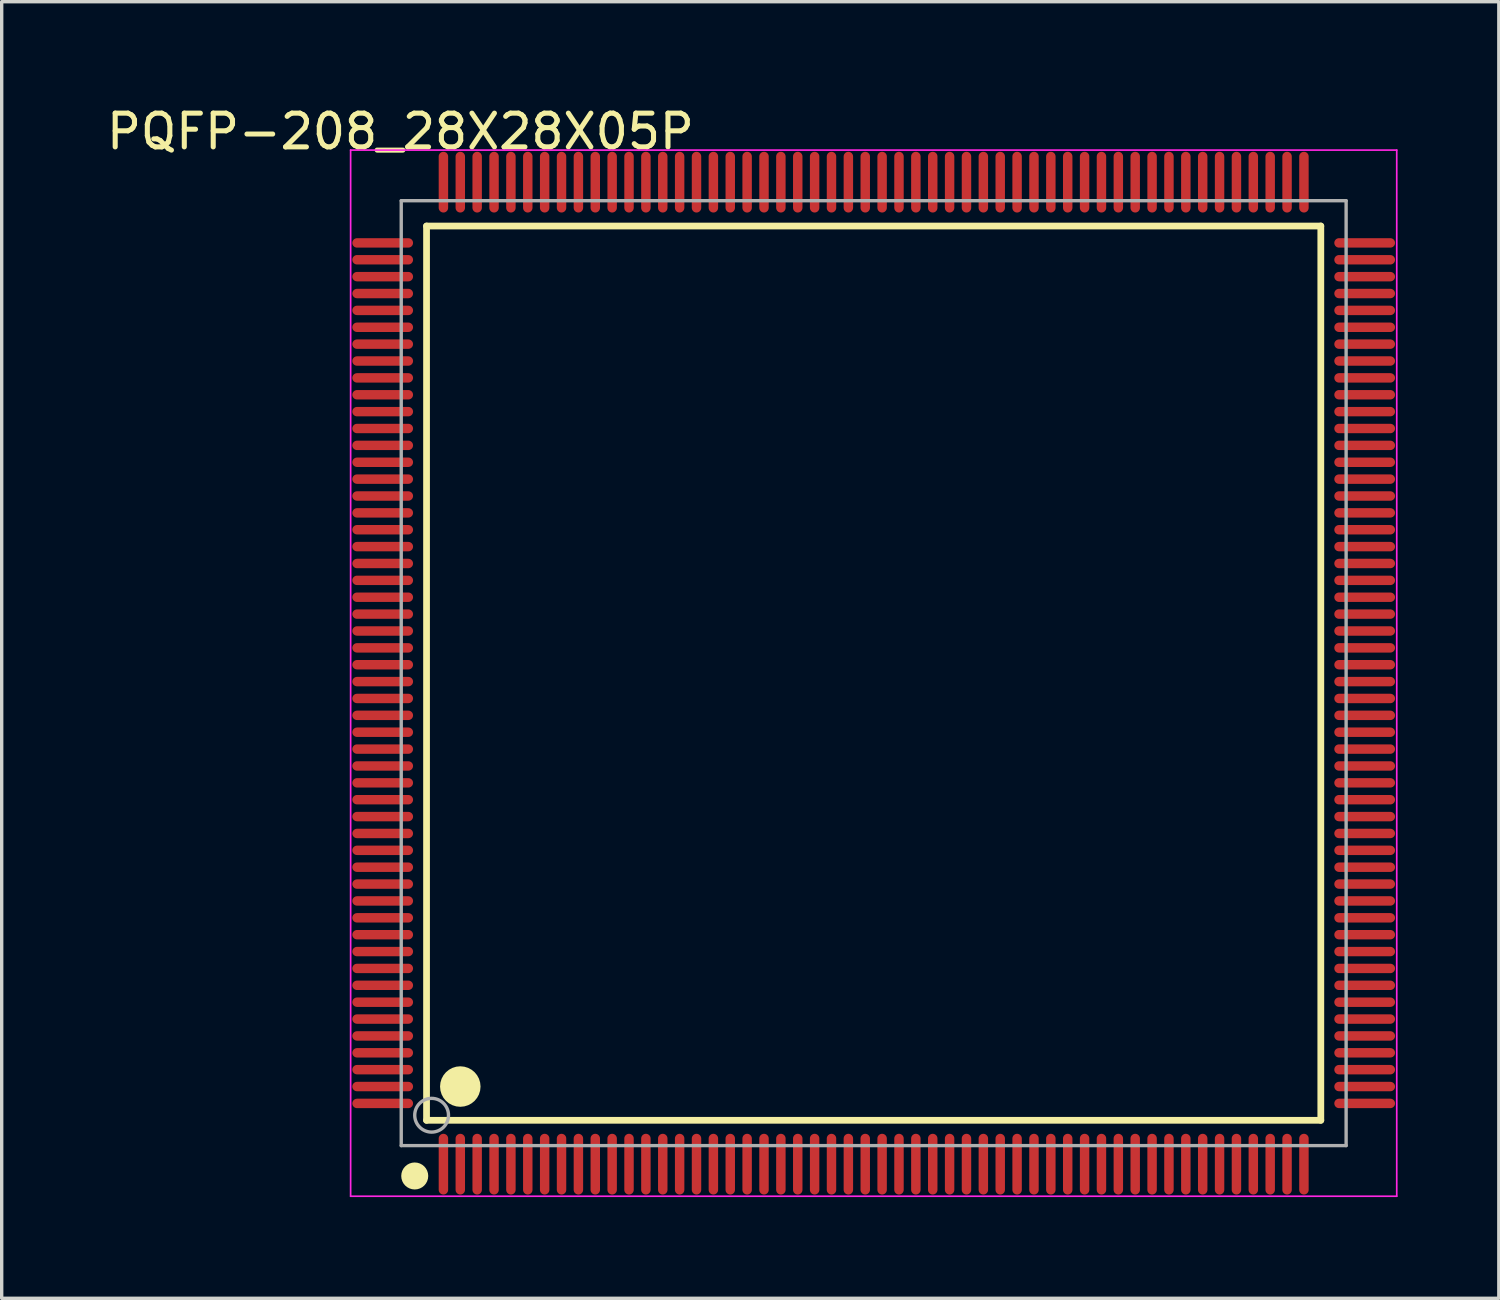
<source format=kicad_pcb>
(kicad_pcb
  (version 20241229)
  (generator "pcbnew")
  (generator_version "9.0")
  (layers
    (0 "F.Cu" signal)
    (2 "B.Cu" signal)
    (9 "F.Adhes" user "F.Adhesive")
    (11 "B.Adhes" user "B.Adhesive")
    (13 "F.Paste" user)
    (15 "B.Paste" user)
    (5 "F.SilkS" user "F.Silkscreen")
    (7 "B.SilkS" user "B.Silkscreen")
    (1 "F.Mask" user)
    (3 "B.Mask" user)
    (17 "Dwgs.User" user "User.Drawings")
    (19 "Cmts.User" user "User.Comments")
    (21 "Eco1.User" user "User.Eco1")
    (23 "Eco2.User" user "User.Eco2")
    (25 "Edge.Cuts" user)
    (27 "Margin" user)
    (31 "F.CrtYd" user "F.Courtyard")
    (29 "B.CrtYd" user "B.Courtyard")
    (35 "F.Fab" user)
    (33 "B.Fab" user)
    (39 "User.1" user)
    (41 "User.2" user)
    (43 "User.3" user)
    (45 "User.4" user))
  (footprint "PQFP-208_28X28X05P"
    (layer "F.Cu")
    (at 22.84 16.898)
    (property "Reference" "PQFP-208_28X28X05P" (at -14.024 -16.05 0) (layer "F.SilkS") (effects (font (size 1 1) (thickness 0.15))))
    (attr through_hole)
    (fp_line (start -13.25 -13.25) (end 13.25 -13.25) (stroke (width 0.2) (type solid)) (layer "F.SilkS"))
    (fp_line (start -13.25 13.25) (end -13.25 -13.25) (stroke (width 0.2) (type solid)) (layer "F.SilkS"))
    (fp_line (start -13.25 13.25) (end 13.25 13.25) (stroke (width 0.2) (type solid)) (layer "F.SilkS"))
    (fp_line (start 13.25 13.25) (end 13.25 -13.25) (stroke (width 0.2) (type solid)) (layer "F.SilkS"))
    (fp_circle (center -13.6 14.9) (end -13.4 14.9) (stroke (width 0.4) (type solid)) (fill no) (layer "F.SilkS"))
    (fp_circle (center -12.25 12.25) (end -11.95 12.25) (stroke (width 0.6) (type solid)) (fill no) (layer "F.SilkS"))
    (fp_line (start -15.5 -15.5) (end 15.5 -15.5) (stroke (width 0.05) (type solid)) (layer "F.CrtYd"))
    (fp_line (start -15.5 15.5) (end -15.5 -15.5) (stroke (width 0.05) (type solid)) (layer "F.CrtYd"))
    (fp_line (start 15.5 -15.5) (end 15.5 15.5) (stroke (width 0.05) (type solid)) (layer "F.CrtYd"))
    (fp_line (start 15.5 15.5) (end -15.5 15.5) (stroke (width 0.05) (type solid)) (layer "F.CrtYd"))
    (fp_line (start -14 -14) (end 14 -14) (stroke (width 0.1) (type solid)) (layer "F.Fab"))
    (fp_line (start -14 14) (end -14 -14) (stroke (width 0.1) (type solid)) (layer "F.Fab"))
    (fp_line (start -14 14) (end 14 14) (stroke (width 0.1) (type solid)) (layer "F.Fab"))
    (fp_line (start 14 14) (end 14 -14) (stroke (width 0.1) (type solid)) (layer "F.Fab"))
    (fp_circle (center -13.1 13.1) (end -12.6 13.1) (stroke (width 0.1) (type solid)) (fill no) (layer "F.Fab"))
    (pad "1" smd oval (at -12.75 14.55 180) (size 0.28 1.8) (layers "F.Cu" "F.Mask" "F.Paste"))
    (pad "2" smd oval (at -12.25 14.55 180) (size 0.28 1.8) (layers "F.Cu" "F.Mask" "F.Paste"))
    (pad "3" smd oval (at -11.75 14.55 180) (size 0.28 1.8) (layers "F.Cu" "F.Mask" "F.Paste"))
    (pad "4" smd oval (at -11.25 14.55 180) (size 0.28 1.8) (layers "F.Cu" "F.Mask" "F.Paste"))
    (pad "5" smd oval (at -10.75 14.55 180) (size 0.28 1.8) (layers "F.Cu" "F.Mask" "F.Paste"))
    (pad "6" smd oval (at -10.25 14.55 180) (size 0.28 1.8) (layers "F.Cu" "F.Mask" "F.Paste"))
    (pad "7" smd oval (at -9.75 14.55 180) (size 0.28 1.8) (layers "F.Cu" "F.Mask" "F.Paste"))
    (pad "8" smd oval (at -9.25 14.55 180) (size 0.28 1.8) (layers "F.Cu" "F.Mask" "F.Paste"))
    (pad "9" smd oval (at -8.75 14.55 180) (size 0.28 1.8) (layers "F.Cu" "F.Mask" "F.Paste"))
    (pad "10" smd oval (at -8.25 14.55 180) (size 0.28 1.8) (layers "F.Cu" "F.Mask" "F.Paste"))
    (pad "11" smd oval (at -7.75 14.55 180) (size 0.28 1.8) (layers "F.Cu" "F.Mask" "F.Paste"))
    (pad "12" smd oval (at -7.25 14.55 180) (size 0.28 1.8) (layers "F.Cu" "F.Mask" "F.Paste"))
    (pad "13" smd oval (at -6.75 14.55 180) (size 0.28 1.8) (layers "F.Cu" "F.Mask" "F.Paste"))
    (pad "14" smd oval (at -6.25 14.55 180) (size 0.28 1.8) (layers "F.Cu" "F.Mask" "F.Paste"))
    (pad "15" smd oval (at -5.75 14.55 180) (size 0.28 1.8) (layers "F.Cu" "F.Mask" "F.Paste"))
    (pad "16" smd oval (at -5.25 14.55 180) (size 0.28 1.8) (layers "F.Cu" "F.Mask" "F.Paste"))
    (pad "17" smd oval (at -4.75 14.55 180) (size 0.28 1.8) (layers "F.Cu" "F.Mask" "F.Paste"))
    (pad "18" smd oval (at -4.25 14.55 180) (size 0.28 1.8) (layers "F.Cu" "F.Mask" "F.Paste"))
    (pad "19" smd oval (at -3.75 14.55 180) (size 0.28 1.8) (layers "F.Cu" "F.Mask" "F.Paste"))
    (pad "20" smd oval (at -3.25 14.55 180) (size 0.28 1.8) (layers "F.Cu" "F.Mask" "F.Paste"))
    (pad "21" smd oval (at -2.75 14.55 180) (size 0.28 1.8) (layers "F.Cu" "F.Mask" "F.Paste"))
    (pad "22" smd oval (at -2.25 14.55 180) (size 0.28 1.8) (layers "F.Cu" "F.Mask" "F.Paste"))
    (pad "23" smd oval (at -1.75 14.55 180) (size 0.28 1.8) (layers "F.Cu" "F.Mask" "F.Paste"))
    (pad "24" smd oval (at -1.25 14.55 180) (size 0.28 1.8) (layers "F.Cu" "F.Mask" "F.Paste"))
    (pad "25" smd oval (at -0.75 14.55 180) (size 0.28 1.8) (layers "F.Cu" "F.Mask" "F.Paste"))
    (pad "26" smd oval (at -0.25 14.55 180) (size 0.28 1.8) (layers "F.Cu" "F.Mask" "F.Paste"))
    (pad "27" smd oval (at 0.25 14.55 180) (size 0.28 1.8) (layers "F.Cu" "F.Mask" "F.Paste"))
    (pad "28" smd oval (at 0.75 14.55 180) (size 0.28 1.8) (layers "F.Cu" "F.Mask" "F.Paste"))
    (pad "29" smd oval (at 1.25 14.55 180) (size 0.28 1.8) (layers "F.Cu" "F.Mask" "F.Paste"))
    (pad "30" smd oval (at 1.75 14.55 180) (size 0.28 1.8) (layers "F.Cu" "F.Mask" "F.Paste"))
    (pad "31" smd oval (at 2.25 14.55 180) (size 0.28 1.8) (layers "F.Cu" "F.Mask" "F.Paste"))
    (pad "32" smd oval (at 2.75 14.55 180) (size 0.28 1.8) (layers "F.Cu" "F.Mask" "F.Paste"))
    (pad "33" smd oval (at 3.25 14.55 180) (size 0.28 1.8) (layers "F.Cu" "F.Mask" "F.Paste"))
    (pad "34" smd oval (at 3.75 14.55 180) (size 0.28 1.8) (layers "F.Cu" "F.Mask" "F.Paste"))
    (pad "35" smd oval (at 4.25 14.55 180) (size 0.28 1.8) (layers "F.Cu" "F.Mask" "F.Paste"))
    (pad "36" smd oval (at 4.75 14.55 180) (size 0.28 1.8) (layers "F.Cu" "F.Mask" "F.Paste"))
    (pad "37" smd oval (at 5.25 14.55 180) (size 0.28 1.8) (layers "F.Cu" "F.Mask" "F.Paste"))
    (pad "38" smd oval (at 5.75 14.55 180) (size 0.28 1.8) (layers "F.Cu" "F.Mask" "F.Paste"))
    (pad "39" smd oval (at 6.25 14.55 180) (size 0.28 1.8) (layers "F.Cu" "F.Mask" "F.Paste"))
    (pad "40" smd oval (at 6.75 14.55 180) (size 0.28 1.8) (layers "F.Cu" "F.Mask" "F.Paste"))
    (pad "41" smd oval (at 7.25 14.55 180) (size 0.28 1.8) (layers "F.Cu" "F.Mask" "F.Paste"))
    (pad "42" smd oval (at 7.75 14.55 180) (size 0.28 1.8) (layers "F.Cu" "F.Mask" "F.Paste"))
    (pad "43" smd oval (at 8.25 14.55 180) (size 0.28 1.8) (layers "F.Cu" "F.Mask" "F.Paste"))
    (pad "44" smd oval (at 8.75 14.55 180) (size 0.28 1.8) (layers "F.Cu" "F.Mask" "F.Paste"))
    (pad "45" smd oval (at 9.25 14.55 180) (size 0.28 1.8) (layers "F.Cu" "F.Mask" "F.Paste"))
    (pad "46" smd oval (at 9.75 14.55 180) (size 0.28 1.8) (layers "F.Cu" "F.Mask" "F.Paste"))
    (pad "47" smd oval (at 10.25 14.55 180) (size 0.28 1.8) (layers "F.Cu" "F.Mask" "F.Paste"))
    (pad "48" smd oval (at 10.75 14.55 180) (size 0.28 1.8) (layers "F.Cu" "F.Mask" "F.Paste"))
    (pad "49" smd oval (at 11.25 14.55 180) (size 0.28 1.8) (layers "F.Cu" "F.Mask" "F.Paste"))
    (pad "50" smd oval (at 11.75 14.55 180) (size 0.28 1.8) (layers "F.Cu" "F.Mask" "F.Paste"))
    (pad "51" smd oval (at 12.25 14.55 180) (size 0.28 1.8) (layers "F.Cu" "F.Mask" "F.Paste"))
    (pad "52" smd oval (at 12.75 14.55 180) (size 0.28 1.8) (layers "F.Cu" "F.Mask" "F.Paste"))
    (pad "53" smd oval (at 14.55 12.75 90) (size 0.28 1.8) (layers "F.Cu" "F.Mask" "F.Paste"))
    (pad "54" smd oval (at 14.55 12.25 90) (size 0.28 1.8) (layers "F.Cu" "F.Mask" "F.Paste"))
    (pad "55" smd oval (at 14.55 11.75 90) (size 0.28 1.8) (layers "F.Cu" "F.Mask" "F.Paste"))
    (pad "56" smd oval (at 14.55 11.25 90) (size 0.28 1.8) (layers "F.Cu" "F.Mask" "F.Paste"))
    (pad "57" smd oval (at 14.55 10.75 90) (size 0.28 1.8) (layers "F.Cu" "F.Mask" "F.Paste"))
    (pad "58" smd oval (at 14.55 10.25 90) (size 0.28 1.8) (layers "F.Cu" "F.Mask" "F.Paste"))
    (pad "59" smd oval (at 14.55 9.75 90) (size 0.28 1.8) (layers "F.Cu" "F.Mask" "F.Paste"))
    (pad "60" smd oval (at 14.55 9.25 90) (size 0.28 1.8) (layers "F.Cu" "F.Mask" "F.Paste"))
    (pad "61" smd oval (at 14.55 8.75 90) (size 0.28 1.8) (layers "F.Cu" "F.Mask" "F.Paste"))
    (pad "62" smd oval (at 14.55 8.25 90) (size 0.28 1.8) (layers "F.Cu" "F.Mask" "F.Paste"))
    (pad "63" smd oval (at 14.55 7.75 90) (size 0.28 1.8) (layers "F.Cu" "F.Mask" "F.Paste"))
    (pad "64" smd oval (at 14.55 7.25 90) (size 0.28 1.8) (layers "F.Cu" "F.Mask" "F.Paste"))
    (pad "65" smd oval (at 14.55 6.75 90) (size 0.28 1.8) (layers "F.Cu" "F.Mask" "F.Paste"))
    (pad "66" smd oval (at 14.55 6.25 90) (size 0.28 1.8) (layers "F.Cu" "F.Mask" "F.Paste"))
    (pad "67" smd oval (at 14.55 5.75 90) (size 0.28 1.8) (layers "F.Cu" "F.Mask" "F.Paste"))
    (pad "68" smd oval (at 14.55 5.25 90) (size 0.28 1.8) (layers "F.Cu" "F.Mask" "F.Paste"))
    (pad "69" smd oval (at 14.55 4.75 90) (size 0.28 1.8) (layers "F.Cu" "F.Mask" "F.Paste"))
    (pad "70" smd oval (at 14.55 4.25 90) (size 0.28 1.8) (layers "F.Cu" "F.Mask" "F.Paste"))
    (pad "71" smd oval (at 14.55 3.75 90) (size 0.28 1.8) (layers "F.Cu" "F.Mask" "F.Paste"))
    (pad "72" smd oval (at 14.55 3.25 90) (size 0.28 1.8) (layers "F.Cu" "F.Mask" "F.Paste"))
    (pad "73" smd oval (at 14.55 2.75 90) (size 0.28 1.8) (layers "F.Cu" "F.Mask" "F.Paste"))
    (pad "74" smd oval (at 14.55 2.25 90) (size 0.28 1.8) (layers "F.Cu" "F.Mask" "F.Paste"))
    (pad "75" smd oval (at 14.55 1.75 90) (size 0.28 1.8) (layers "F.Cu" "F.Mask" "F.Paste"))
    (pad "76" smd oval (at 14.55 1.25 90) (size 0.28 1.8) (layers "F.Cu" "F.Mask" "F.Paste"))
    (pad "77" smd oval (at 14.55 0.75 90) (size 0.28 1.8) (layers "F.Cu" "F.Mask" "F.Paste"))
    (pad "78" smd oval (at 14.55 0.25 90) (size 0.28 1.8) (layers "F.Cu" "F.Mask" "F.Paste"))
    (pad "79" smd oval (at 14.55 -0.25 90) (size 0.28 1.8) (layers "F.Cu" "F.Mask" "F.Paste"))
    (pad "80" smd oval (at 14.55 -0.75 90) (size 0.28 1.8) (layers "F.Cu" "F.Mask" "F.Paste"))
    (pad "81" smd oval (at 14.55 -1.25 90) (size 0.28 1.8) (layers "F.Cu" "F.Mask" "F.Paste"))
    (pad "82" smd oval (at 14.55 -1.75 90) (size 0.28 1.8) (layers "F.Cu" "F.Mask" "F.Paste"))
    (pad "83" smd oval (at 14.55 -2.25 90) (size 0.28 1.8) (layers "F.Cu" "F.Mask" "F.Paste"))
    (pad "84" smd oval (at 14.55 -2.75 90) (size 0.28 1.8) (layers "F.Cu" "F.Mask" "F.Paste"))
    (pad "85" smd oval (at 14.55 -3.25 90) (size 0.28 1.8) (layers "F.Cu" "F.Mask" "F.Paste"))
    (pad "86" smd oval (at 14.55 -3.75 90) (size 0.28 1.8) (layers "F.Cu" "F.Mask" "F.Paste"))
    (pad "87" smd oval (at 14.55 -4.25 90) (size 0.28 1.8) (layers "F.Cu" "F.Mask" "F.Paste"))
    (pad "88" smd oval (at 14.55 -4.75 90) (size 0.28 1.8) (layers "F.Cu" "F.Mask" "F.Paste"))
    (pad "89" smd oval (at 14.55 -5.25 90) (size 0.28 1.8) (layers "F.Cu" "F.Mask" "F.Paste"))
    (pad "90" smd oval (at 14.55 -5.75 90) (size 0.28 1.8) (layers "F.Cu" "F.Mask" "F.Paste"))
    (pad "91" smd oval (at 14.55 -6.25 90) (size 0.28 1.8) (layers "F.Cu" "F.Mask" "F.Paste"))
    (pad "92" smd oval (at 14.55 -6.75 90) (size 0.28 1.8) (layers "F.Cu" "F.Mask" "F.Paste"))
    (pad "93" smd oval (at 14.55 -7.25 90) (size 0.28 1.8) (layers "F.Cu" "F.Mask" "F.Paste"))
    (pad "94" smd oval (at 14.55 -7.75 90) (size 0.28 1.8) (layers "F.Cu" "F.Mask" "F.Paste"))
    (pad "95" smd oval (at 14.55 -8.25 90) (size 0.28 1.8) (layers "F.Cu" "F.Mask" "F.Paste"))
    (pad "96" smd oval (at 14.55 -8.75 90) (size 0.28 1.8) (layers "F.Cu" "F.Mask" "F.Paste"))
    (pad "97" smd oval (at 14.55 -9.25 90) (size 0.28 1.8) (layers "F.Cu" "F.Mask" "F.Paste"))
    (pad "98" smd oval (at 14.55 -9.75 90) (size 0.28 1.8) (layers "F.Cu" "F.Mask" "F.Paste"))
    (pad "99" smd oval (at 14.55 -10.25 90) (size 0.28 1.8) (layers "F.Cu" "F.Mask" "F.Paste"))
    (pad "100" smd oval (at 14.55 -10.75 90) (size 0.28 1.8) (layers "F.Cu" "F.Mask" "F.Paste"))
    (pad "101" smd oval (at 14.55 -11.25 90) (size 0.28 1.8) (layers "F.Cu" "F.Mask" "F.Paste"))
    (pad "102" smd oval (at 14.55 -11.75 90) (size 0.28 1.8) (layers "F.Cu" "F.Mask" "F.Paste"))
    (pad "103" smd oval (at 14.55 -12.25 90) (size 0.28 1.8) (layers "F.Cu" "F.Mask" "F.Paste"))
    (pad "104" smd oval (at 14.55 -12.75 90) (size 0.28 1.8) (layers "F.Cu" "F.Mask" "F.Paste"))
    (pad "105" smd oval (at 12.75 -14.55 180) (size 0.28 1.8) (layers "F.Cu" "F.Mask" "F.Paste"))
    (pad "106" smd oval (at 12.25 -14.55 180) (size 0.28 1.8) (layers "F.Cu" "F.Mask" "F.Paste"))
    (pad "107" smd oval (at 11.75 -14.55 180) (size 0.28 1.8) (layers "F.Cu" "F.Mask" "F.Paste"))
    (pad "108" smd oval (at 11.25 -14.55 180) (size 0.28 1.8) (layers "F.Cu" "F.Mask" "F.Paste"))
    (pad "109" smd oval (at 10.75 -14.55 180) (size 0.28 1.8) (layers "F.Cu" "F.Mask" "F.Paste"))
    (pad "110" smd oval (at 10.25 -14.55 180) (size 0.28 1.8) (layers "F.Cu" "F.Mask" "F.Paste"))
    (pad "111" smd oval (at 9.75 -14.55 180) (size 0.28 1.8) (layers "F.Cu" "F.Mask" "F.Paste"))
    (pad "112" smd oval (at 9.25 -14.55 180) (size 0.28 1.8) (layers "F.Cu" "F.Mask" "F.Paste"))
    (pad "113" smd oval (at 8.75 -14.55 180) (size 0.28 1.8) (layers "F.Cu" "F.Mask" "F.Paste"))
    (pad "114" smd oval (at 8.25 -14.55 180) (size 0.28 1.8) (layers "F.Cu" "F.Mask" "F.Paste"))
    (pad "115" smd oval (at 7.75 -14.55 180) (size 0.28 1.8) (layers "F.Cu" "F.Mask" "F.Paste"))
    (pad "116" smd oval (at 7.25 -14.55 180) (size 0.28 1.8) (layers "F.Cu" "F.Mask" "F.Paste"))
    (pad "117" smd oval (at 6.75 -14.55 180) (size 0.28 1.8) (layers "F.Cu" "F.Mask" "F.Paste"))
    (pad "118" smd oval (at 6.25 -14.55 180) (size 0.28 1.8) (layers "F.Cu" "F.Mask" "F.Paste"))
    (pad "119" smd oval (at 5.75 -14.55 180) (size 0.28 1.8) (layers "F.Cu" "F.Mask" "F.Paste"))
    (pad "120" smd oval (at 5.25 -14.55 180) (size 0.28 1.8) (layers "F.Cu" "F.Mask" "F.Paste"))
    (pad "121" smd oval (at 4.75 -14.55 180) (size 0.28 1.8) (layers "F.Cu" "F.Mask" "F.Paste"))
    (pad "122" smd oval (at 4.25 -14.55 180) (size 0.28 1.8) (layers "F.Cu" "F.Mask" "F.Paste"))
    (pad "123" smd oval (at 3.75 -14.55 180) (size 0.28 1.8) (layers "F.Cu" "F.Mask" "F.Paste"))
    (pad "124" smd oval (at 3.25 -14.55 180) (size 0.28 1.8) (layers "F.Cu" "F.Mask" "F.Paste"))
    (pad "125" smd oval (at 2.75 -14.55 180) (size 0.28 1.8) (layers "F.Cu" "F.Mask" "F.Paste"))
    (pad "126" smd oval (at 2.25 -14.55 180) (size 0.28 1.8) (layers "F.Cu" "F.Mask" "F.Paste"))
    (pad "127" smd oval (at 1.75 -14.55 180) (size 0.28 1.8) (layers "F.Cu" "F.Mask" "F.Paste"))
    (pad "128" smd oval (at 1.25 -14.55 180) (size 0.28 1.8) (layers "F.Cu" "F.Mask" "F.Paste"))
    (pad "129" smd oval (at 0.75 -14.55 180) (size 0.28 1.8) (layers "F.Cu" "F.Mask" "F.Paste"))
    (pad "130" smd oval (at 0.25 -14.55 180) (size 0.28 1.8) (layers "F.Cu" "F.Mask" "F.Paste"))
    (pad "131" smd oval (at -0.25 -14.55 180) (size 0.28 1.8) (layers "F.Cu" "F.Mask" "F.Paste"))
    (pad "132" smd oval (at -0.75 -14.55 180) (size 0.28 1.8) (layers "F.Cu" "F.Mask" "F.Paste"))
    (pad "133" smd oval (at -1.25 -14.55 180) (size 0.28 1.8) (layers "F.Cu" "F.Mask" "F.Paste"))
    (pad "134" smd oval (at -1.75 -14.55 180) (size 0.28 1.8) (layers "F.Cu" "F.Mask" "F.Paste"))
    (pad "135" smd oval (at -2.25 -14.55 180) (size 0.28 1.8) (layers "F.Cu" "F.Mask" "F.Paste"))
    (pad "136" smd oval (at -2.75 -14.55 180) (size 0.28 1.8) (layers "F.Cu" "F.Mask" "F.Paste"))
    (pad "137" smd oval (at -3.25 -14.55 180) (size 0.28 1.8) (layers "F.Cu" "F.Mask" "F.Paste"))
    (pad "138" smd oval (at -3.75 -14.55 180) (size 0.28 1.8) (layers "F.Cu" "F.Mask" "F.Paste"))
    (pad "139" smd oval (at -4.25 -14.55 180) (size 0.28 1.8) (layers "F.Cu" "F.Mask" "F.Paste"))
    (pad "140" smd oval (at -4.75 -14.55 180) (size 0.28 1.8) (layers "F.Cu" "F.Mask" "F.Paste"))
    (pad "141" smd oval (at -5.25 -14.55 180) (size 0.28 1.8) (layers "F.Cu" "F.Mask" "F.Paste"))
    (pad "142" smd oval (at -5.75 -14.55 180) (size 0.28 1.8) (layers "F.Cu" "F.Mask" "F.Paste"))
    (pad "143" smd oval (at -6.25 -14.55 180) (size 0.28 1.8) (layers "F.Cu" "F.Mask" "F.Paste"))
    (pad "144" smd oval (at -6.75 -14.55 180) (size 0.28 1.8) (layers "F.Cu" "F.Mask" "F.Paste"))
    (pad "145" smd oval (at -7.25 -14.55 180) (size 0.28 1.8) (layers "F.Cu" "F.Mask" "F.Paste"))
    (pad "146" smd oval (at -7.75 -14.55 180) (size 0.28 1.8) (layers "F.Cu" "F.Mask" "F.Paste"))
    (pad "147" smd oval (at -8.25 -14.55 180) (size 0.28 1.8) (layers "F.Cu" "F.Mask" "F.Paste"))
    (pad "148" smd oval (at -8.75 -14.55 180) (size 0.28 1.8) (layers "F.Cu" "F.Mask" "F.Paste"))
    (pad "149" smd oval (at -9.25 -14.55 180) (size 0.28 1.8) (layers "F.Cu" "F.Mask" "F.Paste"))
    (pad "150" smd oval (at -9.75 -14.55 180) (size 0.28 1.8) (layers "F.Cu" "F.Mask" "F.Paste"))
    (pad "151" smd oval (at -10.25 -14.55 180) (size 0.28 1.8) (layers "F.Cu" "F.Mask" "F.Paste"))
    (pad "152" smd oval (at -10.75 -14.55 180) (size 0.28 1.8) (layers "F.Cu" "F.Mask" "F.Paste"))
    (pad "153" smd oval (at -11.25 -14.55 180) (size 0.28 1.8) (layers "F.Cu" "F.Mask" "F.Paste"))
    (pad "154" smd oval (at -11.75 -14.55 180) (size 0.28 1.8) (layers "F.Cu" "F.Mask" "F.Paste"))
    (pad "155" smd oval (at -12.25 -14.55 180) (size 0.28 1.8) (layers "F.Cu" "F.Mask" "F.Paste"))
    (pad "156" smd oval (at -12.75 -14.55 180) (size 0.28 1.8) (layers "F.Cu" "F.Mask" "F.Paste"))
    (pad "157" smd oval (at -14.55 -12.75 90) (size 0.28 1.8) (layers "F.Cu" "F.Mask" "F.Paste"))
    (pad "158" smd oval (at -14.55 -12.25 90) (size 0.28 1.8) (layers "F.Cu" "F.Mask" "F.Paste"))
    (pad "159" smd oval (at -14.55 -11.75 90) (size 0.28 1.8) (layers "F.Cu" "F.Mask" "F.Paste"))
    (pad "160" smd oval (at -14.55 -11.25 90) (size 0.28 1.8) (layers "F.Cu" "F.Mask" "F.Paste"))
    (pad "161" smd oval (at -14.55 -10.75 90) (size 0.28 1.8) (layers "F.Cu" "F.Mask" "F.Paste"))
    (pad "162" smd oval (at -14.55 -10.25 90) (size 0.28 1.8) (layers "F.Cu" "F.Mask" "F.Paste"))
    (pad "163" smd oval (at -14.55 -9.75 90) (size 0.28 1.8) (layers "F.Cu" "F.Mask" "F.Paste"))
    (pad "164" smd oval (at -14.55 -9.25 90) (size 0.28 1.8) (layers "F.Cu" "F.Mask" "F.Paste"))
    (pad "165" smd oval (at -14.55 -8.75 90) (size 0.28 1.8) (layers "F.Cu" "F.Mask" "F.Paste"))
    (pad "166" smd oval (at -14.55 -8.25 90) (size 0.28 1.8) (layers "F.Cu" "F.Mask" "F.Paste"))
    (pad "167" smd oval (at -14.55 -7.75 90) (size 0.28 1.8) (layers "F.Cu" "F.Mask" "F.Paste"))
    (pad "168" smd oval (at -14.55 -7.25 90) (size 0.28 1.8) (layers "F.Cu" "F.Mask" "F.Paste"))
    (pad "169" smd oval (at -14.55 -6.75 90) (size 0.28 1.8) (layers "F.Cu" "F.Mask" "F.Paste"))
    (pad "170" smd oval (at -14.55 -6.25 90) (size 0.28 1.8) (layers "F.Cu" "F.Mask" "F.Paste"))
    (pad "171" smd oval (at -14.55 -5.75 90) (size 0.28 1.8) (layers "F.Cu" "F.Mask" "F.Paste"))
    (pad "172" smd oval (at -14.55 -5.25 90) (size 0.28 1.8) (layers "F.Cu" "F.Mask" "F.Paste"))
    (pad "173" smd oval (at -14.55 -4.75 90) (size 0.28 1.8) (layers "F.Cu" "F.Mask" "F.Paste"))
    (pad "174" smd oval (at -14.55 -4.25 90) (size 0.28 1.8) (layers "F.Cu" "F.Mask" "F.Paste"))
    (pad "175" smd oval (at -14.55 -3.75 90) (size 0.28 1.8) (layers "F.Cu" "F.Mask" "F.Paste"))
    (pad "176" smd oval (at -14.55 -3.25 90) (size 0.28 1.8) (layers "F.Cu" "F.Mask" "F.Paste"))
    (pad "177" smd oval (at -14.55 -2.75 90) (size 0.28 1.8) (layers "F.Cu" "F.Mask" "F.Paste"))
    (pad "178" smd oval (at -14.55 -2.25 90) (size 0.28 1.8) (layers "F.Cu" "F.Mask" "F.Paste"))
    (pad "179" smd oval (at -14.55 -1.75 90) (size 0.28 1.8) (layers "F.Cu" "F.Mask" "F.Paste"))
    (pad "180" smd oval (at -14.55 -1.25 90) (size 0.28 1.8) (layers "F.Cu" "F.Mask" "F.Paste"))
    (pad "181" smd oval (at -14.55 -0.75 90) (size 0.28 1.8) (layers "F.Cu" "F.Mask" "F.Paste"))
    (pad "182" smd oval (at -14.55 -0.25 90) (size 0.28 1.8) (layers "F.Cu" "F.Mask" "F.Paste"))
    (pad "183" smd oval (at -14.55 0.25 90) (size 0.28 1.8) (layers "F.Cu" "F.Mask" "F.Paste"))
    (pad "184" smd oval (at -14.55 0.75 90) (size 0.28 1.8) (layers "F.Cu" "F.Mask" "F.Paste"))
    (pad "185" smd oval (at -14.55 1.25 90) (size 0.28 1.8) (layers "F.Cu" "F.Mask" "F.Paste"))
    (pad "186" smd oval (at -14.55 1.75 90) (size 0.28 1.8) (layers "F.Cu" "F.Mask" "F.Paste"))
    (pad "187" smd oval (at -14.55 2.25 90) (size 0.28 1.8) (layers "F.Cu" "F.Mask" "F.Paste"))
    (pad "188" smd oval (at -14.55 2.75 90) (size 0.28 1.8) (layers "F.Cu" "F.Mask" "F.Paste"))
    (pad "189" smd oval (at -14.55 3.25 90) (size 0.28 1.8) (layers "F.Cu" "F.Mask" "F.Paste"))
    (pad "190" smd oval (at -14.55 3.75 90) (size 0.28 1.8) (layers "F.Cu" "F.Mask" "F.Paste"))
    (pad "191" smd oval (at -14.55 4.25 90) (size 0.28 1.8) (layers "F.Cu" "F.Mask" "F.Paste"))
    (pad "192" smd oval (at -14.55 4.75 90) (size 0.28 1.8) (layers "F.Cu" "F.Mask" "F.Paste"))
    (pad "193" smd oval (at -14.55 5.25 90) (size 0.28 1.8) (layers "F.Cu" "F.Mask" "F.Paste"))
    (pad "194" smd oval (at -14.55 5.75 90) (size 0.28 1.8) (layers "F.Cu" "F.Mask" "F.Paste"))
    (pad "195" smd oval (at -14.55 6.25 90) (size 0.28 1.8) (layers "F.Cu" "F.Mask" "F.Paste"))
    (pad "196" smd oval (at -14.55 6.75 90) (size 0.28 1.8) (layers "F.Cu" "F.Mask" "F.Paste"))
    (pad "197" smd oval (at -14.55 7.25 90) (size 0.28 1.8) (layers "F.Cu" "F.Mask" "F.Paste"))
    (pad "198" smd oval (at -14.55 7.75 90) (size 0.28 1.8) (layers "F.Cu" "F.Mask" "F.Paste"))
    (pad "199" smd oval (at -14.55 8.25 90) (size 0.28 1.8) (layers "F.Cu" "F.Mask" "F.Paste"))
    (pad "200" smd oval (at -14.55 8.75 90) (size 0.28 1.8) (layers "F.Cu" "F.Mask" "F.Paste"))
    (pad "201" smd oval (at -14.55 9.25 90) (size 0.28 1.8) (layers "F.Cu" "F.Mask" "F.Paste"))
    (pad "202" smd oval (at -14.55 9.75 90) (size 0.28 1.8) (layers "F.Cu" "F.Mask" "F.Paste"))
    (pad "203" smd oval (at -14.55 10.25 90) (size 0.28 1.8) (layers "F.Cu" "F.Mask" "F.Paste"))
    (pad "204" smd oval (at -14.55 10.75 90) (size 0.28 1.8) (layers "F.Cu" "F.Mask" "F.Paste"))
    (pad "205" smd oval (at -14.55 11.25 90) (size 0.28 1.8) (layers "F.Cu" "F.Mask" "F.Paste"))
    (pad "206" smd oval (at -14.55 11.75 90) (size 0.28 1.8) (layers "F.Cu" "F.Mask" "F.Paste"))
    (pad "207" smd oval (at -14.55 12.25 90) (size 0.28 1.8) (layers "F.Cu" "F.Mask" "F.Paste"))
    (pad "208" smd oval (at -14.55 12.75 90) (size 0.28 1.8) (layers "F.Cu" "F.Mask" "F.Paste")))
  (gr_rect
    (start -3 -3)
    (end 41.365 35.423)
    (stroke (width 0.1) (type default))
    (fill no)
    (layer "Edge.Cuts")))
</source>
